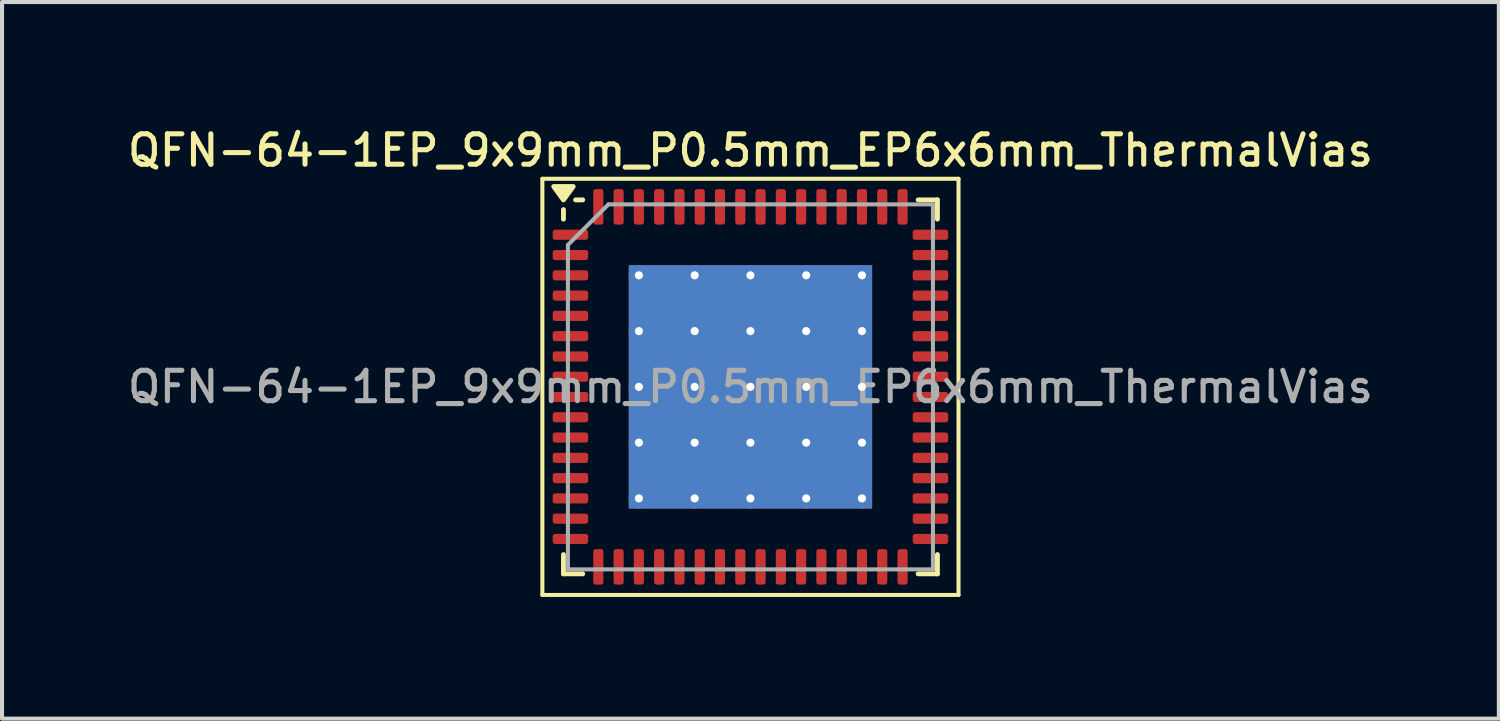
<source format=kicad_pcb>
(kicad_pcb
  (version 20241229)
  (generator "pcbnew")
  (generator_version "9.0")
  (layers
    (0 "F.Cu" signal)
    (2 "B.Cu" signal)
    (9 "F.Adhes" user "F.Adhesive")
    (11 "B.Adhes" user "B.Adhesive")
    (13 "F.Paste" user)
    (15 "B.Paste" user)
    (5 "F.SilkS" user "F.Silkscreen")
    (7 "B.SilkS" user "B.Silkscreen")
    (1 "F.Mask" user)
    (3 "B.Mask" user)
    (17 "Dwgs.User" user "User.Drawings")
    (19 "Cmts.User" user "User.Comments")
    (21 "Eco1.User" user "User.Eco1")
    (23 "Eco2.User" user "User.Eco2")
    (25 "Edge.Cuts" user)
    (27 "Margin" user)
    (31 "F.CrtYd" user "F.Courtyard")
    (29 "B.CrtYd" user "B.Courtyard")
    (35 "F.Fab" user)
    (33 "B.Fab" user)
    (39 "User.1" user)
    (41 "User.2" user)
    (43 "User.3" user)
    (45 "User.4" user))
  (footprint "QFN-64-1EP_9x9mm_P0.5mm_EP6x6mm_ThermalVias"
    (layer "F.Cu")
    (at 15.452 6.488)
    (property "Reference" "QFN-64-1EP_9x9mm_P0.5mm_EP6x6mm_ThermalVias" (at 0 -5.83 0) (layer "F.SilkS") (effects (font (size 0.75 0.75) (thickness 0.125))))
    (attr smd)
    (fp_line (start -5.13 -5.13) (end -5.13 5.13) (stroke (width 0.1) (type solid)) (layer "F.SilkS"))
    (fp_line (start -5.13 5.13) (end 5.13 5.13) (stroke (width 0.1) (type solid)) (layer "F.SilkS"))
    (fp_line (start -4.61 -4.135) (end -4.61 -4.37) (stroke (width 0.12) (type solid)) (layer "F.SilkS"))
    (fp_line (start -4.61 4.61) (end -4.61 4.135) (stroke (width 0.12) (type solid)) (layer "F.SilkS"))
    (fp_line (start -4.135 -4.61) (end -4.31 -4.61) (stroke (width 0.12) (type solid)) (layer "F.SilkS"))
    (fp_line (start -4.135 4.61) (end -4.61 4.61) (stroke (width 0.12) (type solid)) (layer "F.SilkS"))
    (fp_line (start 4.135 -4.61) (end 4.61 -4.61) (stroke (width 0.12) (type solid)) (layer "F.SilkS"))
    (fp_line (start 4.135 4.61) (end 4.61 4.61) (stroke (width 0.12) (type solid)) (layer "F.SilkS"))
    (fp_line (start 4.61 -4.61) (end 4.61 -4.135) (stroke (width 0.12) (type solid)) (layer "F.SilkS"))
    (fp_line (start 4.61 4.61) (end 4.61 4.135) (stroke (width 0.12) (type solid)) (layer "F.SilkS"))
    (fp_line (start 5.13 -5.13) (end -5.13 -5.13) (stroke (width 0.1) (type solid)) (layer "F.SilkS"))
    (fp_line (start 5.13 5.13) (end 5.13 -5.13) (stroke (width 0.1) (type solid)) (layer "F.SilkS"))
    (fp_poly (pts (xy -4.61 -4.61) (xy -4.85 -4.94) (xy -4.37 -4.94) (xy -4.61 -4.61)) (stroke (width 0.12) (type solid)) (fill yes) (layer "F.SilkS"))
    (fp_line (start -4.5 -3.5) (end -3.5 -4.5) (stroke (width 0.1) (type solid)) (layer "F.Fab"))
    (fp_line (start -4.5 4.5) (end -4.5 -3.5) (stroke (width 0.1) (type solid)) (layer "F.Fab"))
    (fp_line (start -3.5 -4.5) (end 4.5 -4.5) (stroke (width 0.1) (type solid)) (layer "F.Fab"))
    (fp_line (start 4.5 -4.5) (end 4.5 4.5) (stroke (width 0.1) (type solid)) (layer "F.Fab"))
    (fp_line (start 4.5 4.5) (end -4.5 4.5) (stroke (width 0.1) (type solid)) (layer "F.Fab"))
    (fp_text user "${REFERENCE}" (at 0 0 0) (layer "F.Fab") (effects (font (size 0.75 0.75) (thickness 0.125))))
    (pad "" smd roundrect (at -2.062 -2.062) (size 1.209 1.209) (layers "F.Paste") (roundrect_rratio 0.207))
    (pad "" smd roundrect (at -2.062 -0.688) (size 1.209 1.209) (layers "F.Paste") (roundrect_rratio 0.207))
    (pad "" smd roundrect (at -2.062 0.688) (size 1.209 1.209) (layers "F.Paste") (roundrect_rratio 0.207))
    (pad "" smd roundrect (at -2.062 2.062) (size 1.209 1.209) (layers "F.Paste") (roundrect_rratio 0.207))
    (pad "" smd roundrect (at -0.688 -2.062) (size 1.209 1.209) (layers "F.Paste") (roundrect_rratio 0.207))
    (pad "" smd roundrect (at -0.688 -0.688) (size 1.209 1.209) (layers "F.Paste") (roundrect_rratio 0.207))
    (pad "" smd roundrect (at -0.688 0.688) (size 1.209 1.209) (layers "F.Paste") (roundrect_rratio 0.207))
    (pad "" smd roundrect (at -0.688 2.062) (size 1.209 1.209) (layers "F.Paste") (roundrect_rratio 0.207))
    (pad "" smd roundrect (at 0.688 -2.062) (size 1.209 1.209) (layers "F.Paste") (roundrect_rratio 0.207))
    (pad "" smd roundrect (at 0.688 -0.688) (size 1.209 1.209) (layers "F.Paste") (roundrect_rratio 0.207))
    (pad "" smd roundrect (at 0.688 0.688) (size 1.209 1.209) (layers "F.Paste") (roundrect_rratio 0.207))
    (pad "" smd roundrect (at 0.688 2.062) (size 1.209 1.209) (layers "F.Paste") (roundrect_rratio 0.207))
    (pad "" smd roundrect (at 2.062 -2.062) (size 1.209 1.209) (layers "F.Paste") (roundrect_rratio 0.207))
    (pad "" smd roundrect (at 2.062 -0.688) (size 1.209 1.209) (layers "F.Paste") (roundrect_rratio 0.207))
    (pad "" smd roundrect (at 2.062 0.688) (size 1.209 1.209) (layers "F.Paste") (roundrect_rratio 0.207))
    (pad "" smd roundrect (at 2.062 2.062) (size 1.209 1.209) (layers "F.Paste") (roundrect_rratio 0.207))
    (pad "1" smd roundrect (at -4.438 -3.75) (size 0.875 0.25) (layers "F.Cu" "F.Mask" "F.Paste") (roundrect_rratio 0.25))
    (pad "2" smd roundrect (at -4.438 -3.25) (size 0.875 0.25) (layers "F.Cu" "F.Mask" "F.Paste") (roundrect_rratio 0.25))
    (pad "3" smd roundrect (at -4.438 -2.75) (size 0.875 0.25) (layers "F.Cu" "F.Mask" "F.Paste") (roundrect_rratio 0.25))
    (pad "4" smd roundrect (at -4.438 -2.25) (size 0.875 0.25) (layers "F.Cu" "F.Mask" "F.Paste") (roundrect_rratio 0.25))
    (pad "5" smd roundrect (at -4.438 -1.75) (size 0.875 0.25) (layers "F.Cu" "F.Mask" "F.Paste") (roundrect_rratio 0.25))
    (pad "6" smd roundrect (at -4.438 -1.25) (size 0.875 0.25) (layers "F.Cu" "F.Mask" "F.Paste") (roundrect_rratio 0.25))
    (pad "7" smd roundrect (at -4.438 -0.75) (size 0.875 0.25) (layers "F.Cu" "F.Mask" "F.Paste") (roundrect_rratio 0.25))
    (pad "8" smd roundrect (at -4.438 -0.25) (size 0.875 0.25) (layers "F.Cu" "F.Mask" "F.Paste") (roundrect_rratio 0.25))
    (pad "9" smd roundrect (at -4.438 0.25) (size 0.875 0.25) (layers "F.Cu" "F.Mask" "F.Paste") (roundrect_rratio 0.25))
    (pad "10" smd roundrect (at -4.438 0.75) (size 0.875 0.25) (layers "F.Cu" "F.Mask" "F.Paste") (roundrect_rratio 0.25))
    (pad "11" smd roundrect (at -4.438 1.25) (size 0.875 0.25) (layers "F.Cu" "F.Mask" "F.Paste") (roundrect_rratio 0.25))
    (pad "12" smd roundrect (at -4.438 1.75) (size 0.875 0.25) (layers "F.Cu" "F.Mask" "F.Paste") (roundrect_rratio 0.25))
    (pad "13" smd roundrect (at -4.438 2.25) (size 0.875 0.25) (layers "F.Cu" "F.Mask" "F.Paste") (roundrect_rratio 0.25))
    (pad "14" smd roundrect (at -4.438 2.75) (size 0.875 0.25) (layers "F.Cu" "F.Mask" "F.Paste") (roundrect_rratio 0.25))
    (pad "15" smd roundrect (at -4.438 3.25) (size 0.875 0.25) (layers "F.Cu" "F.Mask" "F.Paste") (roundrect_rratio 0.25))
    (pad "16" smd roundrect (at -4.438 3.75) (size 0.875 0.25) (layers "F.Cu" "F.Mask" "F.Paste") (roundrect_rratio 0.25))
    (pad "17" smd roundrect (at -3.75 4.438) (size 0.25 0.875) (layers "F.Cu" "F.Mask" "F.Paste") (roundrect_rratio 0.25))
    (pad "18" smd roundrect (at -3.25 4.438) (size 0.25 0.875) (layers "F.Cu" "F.Mask" "F.Paste") (roundrect_rratio 0.25))
    (pad "19" smd roundrect (at -2.75 4.438) (size 0.25 0.875) (layers "F.Cu" "F.Mask" "F.Paste") (roundrect_rratio 0.25))
    (pad "20" smd roundrect (at -2.25 4.438) (size 0.25 0.875) (layers "F.Cu" "F.Mask" "F.Paste") (roundrect_rratio 0.25))
    (pad "21" smd roundrect (at -1.75 4.438) (size 0.25 0.875) (layers "F.Cu" "F.Mask" "F.Paste") (roundrect_rratio 0.25))
    (pad "22" smd roundrect (at -1.25 4.438) (size 0.25 0.875) (layers "F.Cu" "F.Mask" "F.Paste") (roundrect_rratio 0.25))
    (pad "23" smd roundrect (at -0.75 4.438) (size 0.25 0.875) (layers "F.Cu" "F.Mask" "F.Paste") (roundrect_rratio 0.25))
    (pad "24" smd roundrect (at -0.25 4.438) (size 0.25 0.875) (layers "F.Cu" "F.Mask" "F.Paste") (roundrect_rratio 0.25))
    (pad "25" smd roundrect (at 0.25 4.438) (size 0.25 0.875) (layers "F.Cu" "F.Mask" "F.Paste") (roundrect_rratio 0.25))
    (pad "26" smd roundrect (at 0.75 4.438) (size 0.25 0.875) (layers "F.Cu" "F.Mask" "F.Paste") (roundrect_rratio 0.25))
    (pad "27" smd roundrect (at 1.25 4.438) (size 0.25 0.875) (layers "F.Cu" "F.Mask" "F.Paste") (roundrect_rratio 0.25))
    (pad "28" smd roundrect (at 1.75 4.438) (size 0.25 0.875) (layers "F.Cu" "F.Mask" "F.Paste") (roundrect_rratio 0.25))
    (pad "29" smd roundrect (at 2.25 4.438) (size 0.25 0.875) (layers "F.Cu" "F.Mask" "F.Paste") (roundrect_rratio 0.25))
    (pad "30" smd roundrect (at 2.75 4.438) (size 0.25 0.875) (layers "F.Cu" "F.Mask" "F.Paste") (roundrect_rratio 0.25))
    (pad "31" smd roundrect (at 3.25 4.438) (size 0.25 0.875) (layers "F.Cu" "F.Mask" "F.Paste") (roundrect_rratio 0.25))
    (pad "32" smd roundrect (at 3.75 4.438) (size 0.25 0.875) (layers "F.Cu" "F.Mask" "F.Paste") (roundrect_rratio 0.25))
    (pad "33" smd roundrect (at 4.438 3.75) (size 0.875 0.25) (layers "F.Cu" "F.Mask" "F.Paste") (roundrect_rratio 0.25))
    (pad "34" smd roundrect (at 4.438 3.25) (size 0.875 0.25) (layers "F.Cu" "F.Mask" "F.Paste") (roundrect_rratio 0.25))
    (pad "35" smd roundrect (at 4.438 2.75) (size 0.875 0.25) (layers "F.Cu" "F.Mask" "F.Paste") (roundrect_rratio 0.25))
    (pad "36" smd roundrect (at 4.438 2.25) (size 0.875 0.25) (layers "F.Cu" "F.Mask" "F.Paste") (roundrect_rratio 0.25))
    (pad "37" smd roundrect (at 4.438 1.75) (size 0.875 0.25) (layers "F.Cu" "F.Mask" "F.Paste") (roundrect_rratio 0.25))
    (pad "38" smd roundrect (at 4.438 1.25) (size 0.875 0.25) (layers "F.Cu" "F.Mask" "F.Paste") (roundrect_rratio 0.25))
    (pad "39" smd roundrect (at 4.438 0.75) (size 0.875 0.25) (layers "F.Cu" "F.Mask" "F.Paste") (roundrect_rratio 0.25))
    (pad "40" smd roundrect (at 4.438 0.25) (size 0.875 0.25) (layers "F.Cu" "F.Mask" "F.Paste") (roundrect_rratio 0.25))
    (pad "41" smd roundrect (at 4.438 -0.25) (size 0.875 0.25) (layers "F.Cu" "F.Mask" "F.Paste") (roundrect_rratio 0.25))
    (pad "42" smd roundrect (at 4.438 -0.75) (size 0.875 0.25) (layers "F.Cu" "F.Mask" "F.Paste") (roundrect_rratio 0.25))
    (pad "43" smd roundrect (at 4.438 -1.25) (size 0.875 0.25) (layers "F.Cu" "F.Mask" "F.Paste") (roundrect_rratio 0.25))
    (pad "44" smd roundrect (at 4.438 -1.75) (size 0.875 0.25) (layers "F.Cu" "F.Mask" "F.Paste") (roundrect_rratio 0.25))
    (pad "45" smd roundrect (at 4.438 -2.25) (size 0.875 0.25) (layers "F.Cu" "F.Mask" "F.Paste") (roundrect_rratio 0.25))
    (pad "46" smd roundrect (at 4.438 -2.75) (size 0.875 0.25) (layers "F.Cu" "F.Mask" "F.Paste") (roundrect_rratio 0.25))
    (pad "47" smd roundrect (at 4.438 -3.25) (size 0.875 0.25) (layers "F.Cu" "F.Mask" "F.Paste") (roundrect_rratio 0.25))
    (pad "48" smd roundrect (at 4.438 -3.75) (size 0.875 0.25) (layers "F.Cu" "F.Mask" "F.Paste") (roundrect_rratio 0.25))
    (pad "49" smd roundrect (at 3.75 -4.438) (size 0.25 0.875) (layers "F.Cu" "F.Mask" "F.Paste") (roundrect_rratio 0.25))
    (pad "50" smd roundrect (at 3.25 -4.438) (size 0.25 0.875) (layers "F.Cu" "F.Mask" "F.Paste") (roundrect_rratio 0.25))
    (pad "51" smd roundrect (at 2.75 -4.438) (size 0.25 0.875) (layers "F.Cu" "F.Mask" "F.Paste") (roundrect_rratio 0.25))
    (pad "52" smd roundrect (at 2.25 -4.438) (size 0.25 0.875) (layers "F.Cu" "F.Mask" "F.Paste") (roundrect_rratio 0.25))
    (pad "53" smd roundrect (at 1.75 -4.438) (size 0.25 0.875) (layers "F.Cu" "F.Mask" "F.Paste") (roundrect_rratio 0.25))
    (pad "54" smd roundrect (at 1.25 -4.438) (size 0.25 0.875) (layers "F.Cu" "F.Mask" "F.Paste") (roundrect_rratio 0.25))
    (pad "55" smd roundrect (at 0.75 -4.438) (size 0.25 0.875) (layers "F.Cu" "F.Mask" "F.Paste") (roundrect_rratio 0.25))
    (pad "56" smd roundrect (at 0.25 -4.438) (size 0.25 0.875) (layers "F.Cu" "F.Mask" "F.Paste") (roundrect_rratio 0.25))
    (pad "57" smd roundrect (at -0.25 -4.438) (size 0.25 0.875) (layers "F.Cu" "F.Mask" "F.Paste") (roundrect_rratio 0.25))
    (pad "58" smd roundrect (at -0.75 -4.438) (size 0.25 0.875) (layers "F.Cu" "F.Mask" "F.Paste") (roundrect_rratio 0.25))
    (pad "59" smd roundrect (at -1.25 -4.438) (size 0.25 0.875) (layers "F.Cu" "F.Mask" "F.Paste") (roundrect_rratio 0.25))
    (pad "60" smd roundrect (at -1.75 -4.438) (size 0.25 0.875) (layers "F.Cu" "F.Mask" "F.Paste") (roundrect_rratio 0.25))
    (pad "61" smd roundrect (at -2.25 -4.438) (size 0.25 0.875) (layers "F.Cu" "F.Mask" "F.Paste") (roundrect_rratio 0.25))
    (pad "62" smd roundrect (at -2.75 -4.438) (size 0.25 0.875) (layers "F.Cu" "F.Mask" "F.Paste") (roundrect_rratio 0.25))
    (pad "63" smd roundrect (at -3.25 -4.438) (size 0.25 0.875) (layers "F.Cu" "F.Mask" "F.Paste") (roundrect_rratio 0.25))
    (pad "64" smd roundrect (at -3.75 -4.438) (size 0.25 0.875) (layers "F.Cu" "F.Mask" "F.Paste") (roundrect_rratio 0.25))
    (pad "65" thru_hole circle (at -2.75 -2.75) (size 0.5 0.5) (drill 0.2) (property pad_prop_heatsink) (layers "*.Cu"))
    (pad "65" thru_hole circle (at -2.75 -1.375) (size 0.5 0.5) (drill 0.2) (property pad_prop_heatsink) (layers "*.Cu"))
    (pad "65" thru_hole circle (at -2.75 0) (size 0.5 0.5) (drill 0.2) (property pad_prop_heatsink) (layers "*.Cu"))
    (pad "65" thru_hole circle (at -2.75 1.375) (size 0.5 0.5) (drill 0.2) (property pad_prop_heatsink) (layers "*.Cu"))
    (pad "65" thru_hole circle (at -2.75 2.75) (size 0.5 0.5) (drill 0.2) (property pad_prop_heatsink) (layers "*.Cu"))
    (pad "65" thru_hole circle (at -1.375 -2.75) (size 0.5 0.5) (drill 0.2) (property pad_prop_heatsink) (layers "*.Cu"))
    (pad "65" thru_hole circle (at -1.375 -1.375) (size 0.5 0.5) (drill 0.2) (property pad_prop_heatsink) (layers "*.Cu"))
    (pad "65" thru_hole circle (at -1.375 0) (size 0.5 0.5) (drill 0.2) (property pad_prop_heatsink) (layers "*.Cu"))
    (pad "65" thru_hole circle (at -1.375 1.375) (size 0.5 0.5) (drill 0.2) (property pad_prop_heatsink) (layers "*.Cu"))
    (pad "65" thru_hole circle (at -1.375 2.75) (size 0.5 0.5) (drill 0.2) (property pad_prop_heatsink) (layers "*.Cu"))
    (pad "65" thru_hole circle (at 0 -2.75) (size 0.5 0.5) (drill 0.2) (property pad_prop_heatsink) (layers "*.Cu"))
    (pad "65" thru_hole circle (at 0 -1.375) (size 0.5 0.5) (drill 0.2) (property pad_prop_heatsink) (layers "*.Cu"))
    (pad "65" thru_hole circle (at 0 0) (size 0.5 0.5) (drill 0.2) (property pad_prop_heatsink) (layers "*.Cu"))
    (pad "65" smd rect (at 0 0) (size 6 6) (property pad_prop_heatsink) (layers "F.Cu" "F.Mask"))
    (pad "65" smd rect (at 0 0) (size 6 6) (property pad_prop_heatsink) (layers "B.Cu"))
    (pad "65" thru_hole circle (at 0 1.375) (size 0.5 0.5) (drill 0.2) (property pad_prop_heatsink) (layers "*.Cu"))
    (pad "65" thru_hole circle (at 0 2.75) (size 0.5 0.5) (drill 0.2) (property pad_prop_heatsink) (layers "*.Cu"))
    (pad "65" thru_hole circle (at 1.375 -2.75) (size 0.5 0.5) (drill 0.2) (property pad_prop_heatsink) (layers "*.Cu"))
    (pad "65" thru_hole circle (at 1.375 -1.375) (size 0.5 0.5) (drill 0.2) (property pad_prop_heatsink) (layers "*.Cu"))
    (pad "65" thru_hole circle (at 1.375 0) (size 0.5 0.5) (drill 0.2) (property pad_prop_heatsink) (layers "*.Cu"))
    (pad "65" thru_hole circle (at 1.375 1.375) (size 0.5 0.5) (drill 0.2) (property pad_prop_heatsink) (layers "*.Cu"))
    (pad "65" thru_hole circle (at 1.375 2.75) (size 0.5 0.5) (drill 0.2) (property pad_prop_heatsink) (layers "*.Cu"))
    (pad "65" thru_hole circle (at 2.75 -2.75) (size 0.5 0.5) (drill 0.2) (property pad_prop_heatsink) (layers "*.Cu"))
    (pad "65" thru_hole circle (at 2.75 -1.375) (size 0.5 0.5) (drill 0.2) (property pad_prop_heatsink) (layers "*.Cu"))
    (pad "65" thru_hole circle (at 2.75 0) (size 0.5 0.5) (drill 0.2) (property pad_prop_heatsink) (layers "*.Cu"))
    (pad "65" thru_hole circle (at 2.75 1.375) (size 0.5 0.5) (drill 0.2) (property pad_prop_heatsink) (layers "*.Cu"))
    (pad "65" thru_hole circle (at 2.75 2.75) (size 0.5 0.5) (drill 0.2) (property pad_prop_heatsink) (layers "*.Cu")))
  (gr_rect
    (start -3 -3)
    (end 33.904 14.668)
    (stroke (width 0.1) (type default))
    (fill no)
    (layer "Edge.Cuts")))
</source>
